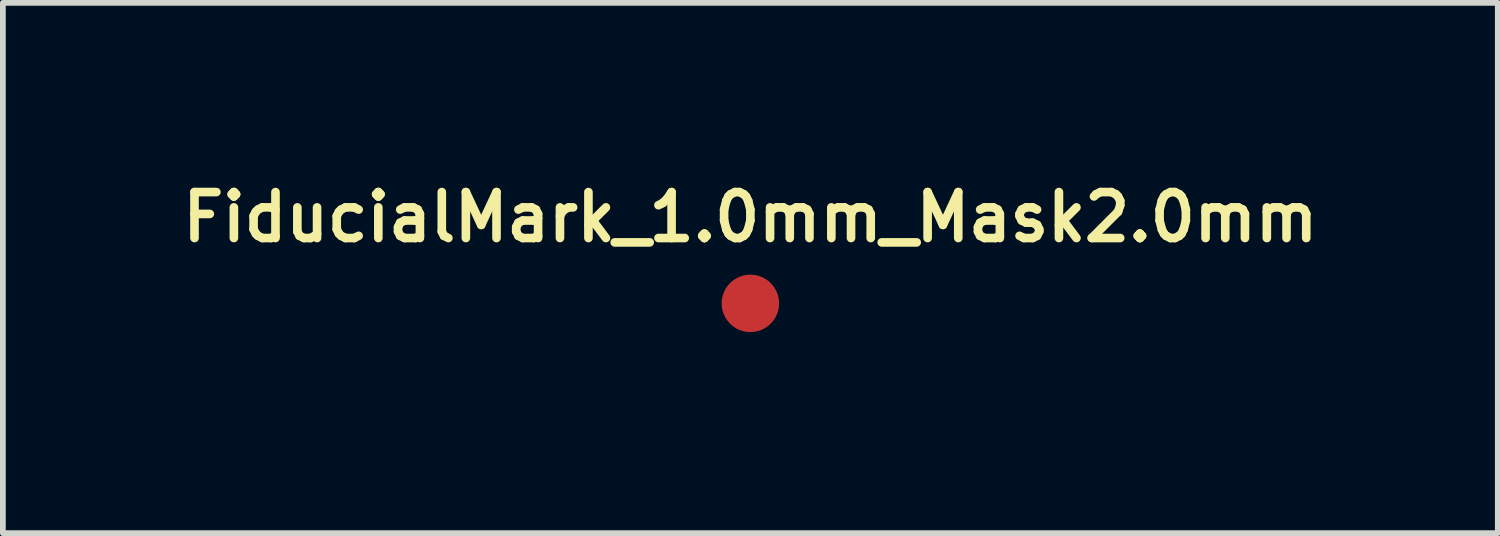
<source format=kicad_pcb>
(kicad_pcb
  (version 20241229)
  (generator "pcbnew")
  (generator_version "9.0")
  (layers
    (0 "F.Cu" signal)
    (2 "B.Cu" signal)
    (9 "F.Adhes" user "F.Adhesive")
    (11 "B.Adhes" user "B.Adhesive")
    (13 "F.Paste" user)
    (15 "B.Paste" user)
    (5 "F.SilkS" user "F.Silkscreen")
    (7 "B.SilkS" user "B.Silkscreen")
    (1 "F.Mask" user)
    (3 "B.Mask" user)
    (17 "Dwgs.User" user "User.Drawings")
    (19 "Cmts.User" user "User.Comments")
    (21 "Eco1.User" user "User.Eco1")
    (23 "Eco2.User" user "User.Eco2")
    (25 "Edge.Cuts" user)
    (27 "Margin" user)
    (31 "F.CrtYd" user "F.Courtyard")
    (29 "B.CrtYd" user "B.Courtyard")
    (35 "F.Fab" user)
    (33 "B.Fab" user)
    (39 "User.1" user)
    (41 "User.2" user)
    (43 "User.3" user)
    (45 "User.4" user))
  (footprint "FiducialMark_1.0mm_Mask2.0mm"
    (layer "F.Cu")
    (at 10.012 2.231)
    (property "Reference" "FiducialMark_1.0mm_Mask2.0mm" (at 0 -1.5 0) (layer "F.SilkS") (effects (font (size 0.8 0.8) (thickness 0.15))))
    (attr exclude_from_pos_files exclude_from_bom)
    (pad "" smd circle (at 0 0) (size 1 1) (layers "F.Cu"))
    (pad "" smd circle (at 0 0) (size 2 2) (layers "F.Mask")))
  (gr_rect
    (start -3 -3)
    (end 23.023 6.231)
    (stroke (width 0.1) (type default))
    (fill no)
    (layer "Edge.Cuts")))
</source>
